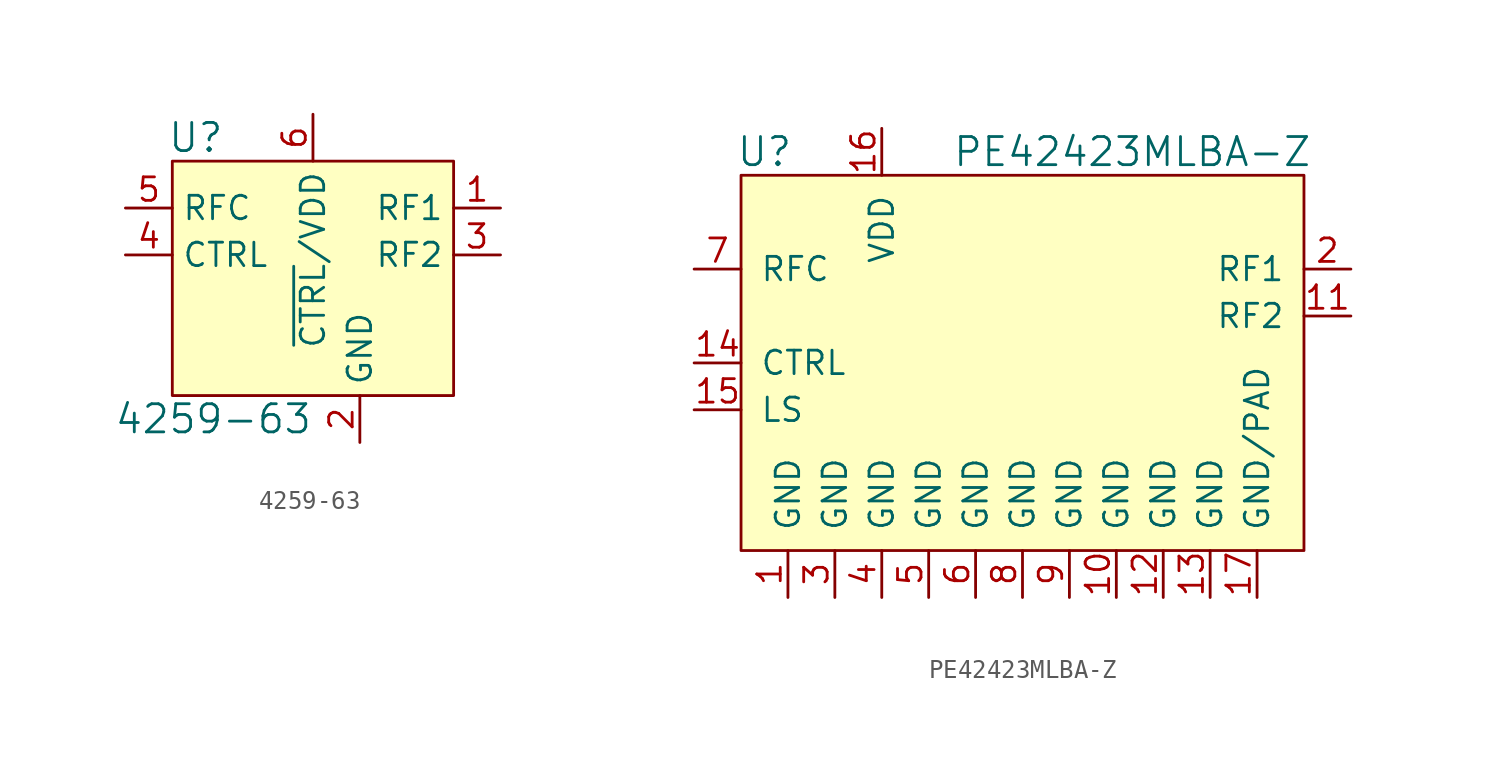
<source format=kicad_sym>
(kicad_symbol_lib
  (version 20201005)
  (generator kicad_symbol_editor)
  (symbol "4259-63"
    (property "Reference" "U"
      (at -6.35 3.81 0)
      (effects (font (size 1.524 1.524))))
    (property "Value" "4259-63"
      (at 0 -11.43 0)
      (effects (font (size 1.524 1.524)) (justify right)))
    (symbol "4259-63_0_1"
      (rectangle (start -7.62 2.54) (end 7.62 -10.16) (stroke (width 0)) (fill (type background))))
    (symbol "4259-63_1_1"
      (pin passive line (at 10.16 0 180) (length 2.54) (name "RF1" (effects (font (size 1.27 1.27)))) (number "1" (effects (font (size 1.27 1.27)))))
      (pin power_in line (at 2.54 -12.7 90) (length 2.54) (name "GND" (effects (font (size 1.27 1.27)))) (number "2" (effects (font (size 1.27 1.27)))))
      (pin passive line (at 10.16 -2.54 180) (length 2.54) (name "RF2" (effects (font (size 1.27 1.27)))) (number "3" (effects (font (size 1.27 1.27)))))
      (pin input line (at -10.16 -2.54 0) (length 2.54) (name "CTRL" (effects (font (size 1.27 1.27)))) (number "4" (effects (font (size 1.27 1.27)))))
      (pin passive line (at -10.16 0 0) (length 2.54) (name "RFC" (effects (font (size 1.27 1.27)))) (number "5" (effects (font (size 1.27 1.27)))))
      (pin power_in line (at 0 5.08 270) (length 2.54) (name "~CTRL~/VDD" (effects (font (size 1.27 1.27)))) (number "6" (effects (font (size 1.27 1.27)))))))
  (symbol "PE42423MLBA-Z"
    (pin_names
      (offset 1.016))
    (property "Reference" "U"
      (at -8.89 11.43 0)
      (effects (font (size 1.524 1.524))))
    (property "Value" "PE42423MLBA-Z"
      (at 1.27 11.43 0)
      (effects (font (size 1.524 1.524)) (justify left)))
    (symbol "PE42423MLBA-Z_0_1"
      (rectangle (start -10.16 10.16) (end 20.32 -10.16) (stroke (width 0)) (fill (type background))))
    (symbol "PE42423MLBA-Z_1_1"
      (pin power_in line (at -7.62 -12.7 90) (length 2.54) (name "GND" (effects (font (size 1.27 1.27)))) (number "1" (effects (font (size 1.27 1.27)))))
      (pin passive line (at 22.86 5.08 180) (length 2.54) (name "RF1" (effects (font (size 1.27 1.27)))) (number "2" (effects (font (size 1.27 1.27)))))
      (pin power_in line (at -5.08 -12.7 90) (length 2.54) (name "GND" (effects (font (size 1.27 1.27)))) (number "3" (effects (font (size 1.27 1.27)))))
      (pin power_in line (at -2.54 -12.7 90) (length 2.54) (name "GND" (effects (font (size 1.27 1.27)))) (number "4" (effects (font (size 1.27 1.27)))))
      (pin power_in line (at 0 -12.7 90) (length 2.54) (name "GND" (effects (font (size 1.27 1.27)))) (number "5" (effects (font (size 1.27 1.27)))))
      (pin power_in line (at 2.54 -12.7 90) (length 2.54) (name "GND" (effects (font (size 1.27 1.27)))) (number "6" (effects (font (size 1.27 1.27)))))
      (pin passive line (at -12.7 5.08 0) (length 2.54) (name "RFC" (effects (font (size 1.27 1.27)))) (number "7" (effects (font (size 1.27 1.27)))))
      (pin power_in line (at 5.08 -12.7 90) (length 2.54) (name "GND" (effects (font (size 1.27 1.27)))) (number "8" (effects (font (size 1.27 1.27)))))
      (pin power_in line (at 7.62 -12.7 90) (length 2.54) (name "GND" (effects (font (size 1.27 1.27)))) (number "9" (effects (font (size 1.27 1.27)))))
      (pin power_in line (at 10.16 -12.7 90) (length 2.54) (name "GND" (effects (font (size 1.27 1.27)))) (number "10" (effects (font (size 1.27 1.27)))))
      (pin passive line (at 22.86 2.54 180) (length 2.54) (name "RF2" (effects (font (size 1.27 1.27)))) (number "11" (effects (font (size 1.27 1.27)))))
      (pin power_in line (at 12.7 -12.7 90) (length 2.54) (name "GND" (effects (font (size 1.27 1.27)))) (number "12" (effects (font (size 1.27 1.27)))))
      (pin power_in line (at 15.24 -12.7 90) (length 2.54) (name "GND" (effects (font (size 1.27 1.27)))) (number "13" (effects (font (size 1.27 1.27)))))
      (pin input line (at -12.7 0 0) (length 2.54) (name "CTRL" (effects (font (size 1.27 1.27)))) (number "14" (effects (font (size 1.27 1.27)))))
      (pin input line (at -12.7 -2.54 0) (length 2.54) (name "LS" (effects (font (size 1.27 1.27)))) (number "15" (effects (font (size 1.27 1.27)))))
      (pin power_in line (at -2.54 12.7 270) (length 2.54) (name "VDD" (effects (font (size 1.27 1.27)))) (number "16" (effects (font (size 1.27 1.27)))))
      (pin power_in line (at 17.78 -12.7 90) (length 2.54) (name "GND/PAD" (effects (font (size 1.27 1.27)))) (number "17" (effects (font (size 1.27 1.27))))))))
</source>
